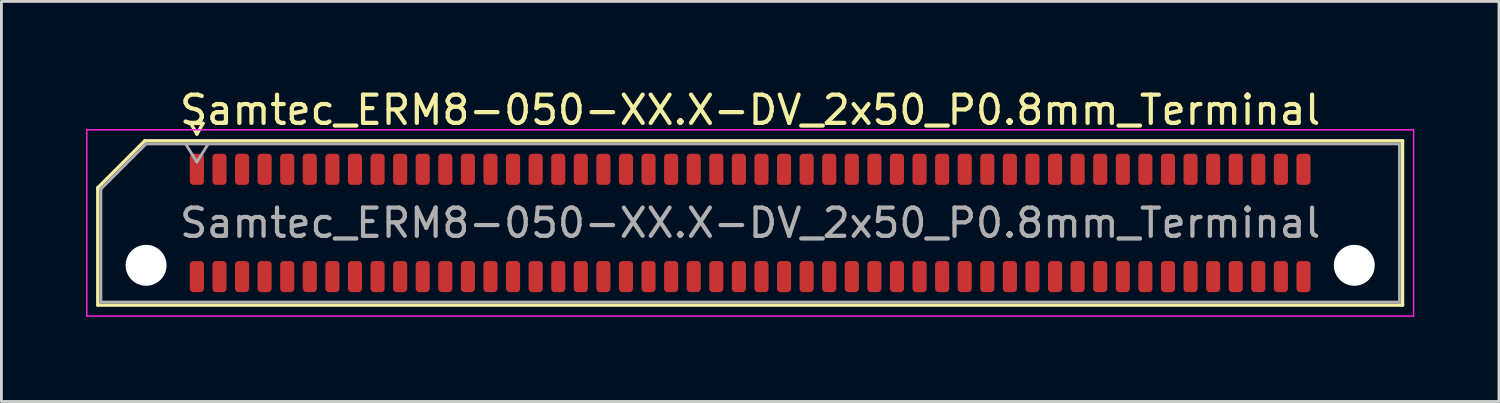
<source format=kicad_pcb>
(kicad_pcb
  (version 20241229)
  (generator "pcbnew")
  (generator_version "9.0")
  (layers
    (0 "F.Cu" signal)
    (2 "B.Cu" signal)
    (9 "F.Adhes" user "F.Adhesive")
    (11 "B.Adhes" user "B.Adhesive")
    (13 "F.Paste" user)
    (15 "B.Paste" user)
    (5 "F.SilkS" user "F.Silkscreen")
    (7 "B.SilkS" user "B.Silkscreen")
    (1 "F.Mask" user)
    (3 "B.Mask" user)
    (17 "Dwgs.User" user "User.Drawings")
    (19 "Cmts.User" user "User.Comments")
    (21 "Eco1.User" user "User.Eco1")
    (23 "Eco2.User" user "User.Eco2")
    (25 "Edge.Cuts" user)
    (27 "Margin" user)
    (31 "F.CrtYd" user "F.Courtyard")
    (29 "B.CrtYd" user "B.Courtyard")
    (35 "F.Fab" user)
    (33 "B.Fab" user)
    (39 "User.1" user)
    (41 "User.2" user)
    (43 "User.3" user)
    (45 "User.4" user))
  (footprint "Samtec_ERM8-050-XX.X-DV_2x50_P0.8mm_Terminal"
    (layer "F.Cu")
    (at 23.525 4.848)
    (property "Reference" "Samtec_ERM8-050-XX.X-DV_2x50_P0.8mm_Terminal" (at 0 -4 0) (layer "F.SilkS") (effects (font (size 1 1) (thickness 0.15))))
    (attr smd)
    (fp_line (start -23.11 -1.246) (end -21.446 -2.91) (stroke (width 0.12) (type solid)) (layer "F.SilkS"))
    (fp_line (start -23.11 2.91) (end -23.11 -1.246) (stroke (width 0.12) (type solid)) (layer "F.SilkS"))
    (fp_line (start -21.446 -2.91) (end 23.11 -2.91) (stroke (width 0.12) (type solid)) (layer "F.SilkS"))
    (fp_line (start -19.817 -3.525) (end -19.6 -3.15) (stroke (width 0.12) (type solid)) (layer "F.SilkS"))
    (fp_line (start -19.6 -3.15) (end -19.383 -3.525) (stroke (width 0.12) (type solid)) (layer "F.SilkS"))
    (fp_line (start -19.383 -3.525) (end -19.817 -3.525) (stroke (width 0.12) (type solid)) (layer "F.SilkS"))
    (fp_line (start 23.11 -2.91) (end 23.11 2.91) (stroke (width 0.12) (type solid)) (layer "F.SilkS"))
    (fp_line (start 23.11 2.91) (end -23.11 2.91) (stroke (width 0.12) (type solid)) (layer "F.SilkS"))
    (fp_line (start -23.5 -3.3) (end -23.5 3.3) (stroke (width 0.05) (type solid)) (layer "F.CrtYd"))
    (fp_line (start -23.5 3.3) (end 23.5 3.3) (stroke (width 0.05) (type solid)) (layer "F.CrtYd"))
    (fp_line (start 23.5 -3.3) (end -23.5 -3.3) (stroke (width 0.05) (type solid)) (layer "F.CrtYd"))
    (fp_line (start 23.5 3.3) (end 23.5 -3.3) (stroke (width 0.05) (type solid)) (layer "F.CrtYd"))
    (fp_line (start -23 -1.2) (end -21.4 -2.8) (stroke (width 0.1) (type solid)) (layer "F.Fab"))
    (fp_line (start -23 2.8) (end -23 -1.2) (stroke (width 0.1) (type solid)) (layer "F.Fab"))
    (fp_line (start -21.4 -2.8) (end 23 -2.8) (stroke (width 0.1) (type solid)) (layer "F.Fab"))
    (fp_line (start -20 -2.8) (end -19.6 -2.16) (stroke (width 0.1) (type solid)) (layer "F.Fab"))
    (fp_line (start -19.6 -2.16) (end -19.2 -2.8) (stroke (width 0.1) (type solid)) (layer "F.Fab"))
    (fp_line (start 23 -2.8) (end 23 2.8) (stroke (width 0.1) (type solid)) (layer "F.Fab"))
    (fp_line (start 23 2.8) (end -23 2.8) (stroke (width 0.1) (type solid)) (layer "F.Fab"))
    (fp_text user "${REFERENCE}" (at 0 0 0) (layer "F.Fab") (effects (font (size 1 1) (thickness 0.15))))
    (pad "" np_thru_hole circle (at -21.4 1.5) (size 1.45 1.45) (drill 1.45) (layers "*.Cu" "*.Mask"))
    (pad "" np_thru_hole circle (at 21.4 1.5) (size 1.45 1.45) (drill 1.45) (layers "*.Cu" "*.Mask"))
    (pad "1" smd roundrect (at -19.6 -1.9) (size 0.5 1.1) (layers "F.Cu" "F.Mask" "F.Paste") (roundrect_rratio 0.25))
    (pad "2" smd roundrect (at -19.6 1.9) (size 0.5 1.1) (layers "F.Cu" "F.Mask" "F.Paste") (roundrect_rratio 0.25))
    (pad "3" smd roundrect (at -18.8 -1.9) (size 0.5 1.1) (layers "F.Cu" "F.Mask" "F.Paste") (roundrect_rratio 0.25))
    (pad "4" smd roundrect (at -18.8 1.9) (size 0.5 1.1) (layers "F.Cu" "F.Mask" "F.Paste") (roundrect_rratio 0.25))
    (pad "5" smd roundrect (at -18 -1.9) (size 0.5 1.1) (layers "F.Cu" "F.Mask" "F.Paste") (roundrect_rratio 0.25))
    (pad "6" smd roundrect (at -18 1.9) (size 0.5 1.1) (layers "F.Cu" "F.Mask" "F.Paste") (roundrect_rratio 0.25))
    (pad "7" smd roundrect (at -17.2 -1.9) (size 0.5 1.1) (layers "F.Cu" "F.Mask" "F.Paste") (roundrect_rratio 0.25))
    (pad "8" smd roundrect (at -17.2 1.9) (size 0.5 1.1) (layers "F.Cu" "F.Mask" "F.Paste") (roundrect_rratio 0.25))
    (pad "9" smd roundrect (at -16.4 -1.9) (size 0.5 1.1) (layers "F.Cu" "F.Mask" "F.Paste") (roundrect_rratio 0.25))
    (pad "10" smd roundrect (at -16.4 1.9) (size 0.5 1.1) (layers "F.Cu" "F.Mask" "F.Paste") (roundrect_rratio 0.25))
    (pad "11" smd roundrect (at -15.6 -1.9) (size 0.5 1.1) (layers "F.Cu" "F.Mask" "F.Paste") (roundrect_rratio 0.25))
    (pad "12" smd roundrect (at -15.6 1.9) (size 0.5 1.1) (layers "F.Cu" "F.Mask" "F.Paste") (roundrect_rratio 0.25))
    (pad "13" smd roundrect (at -14.8 -1.9) (size 0.5 1.1) (layers "F.Cu" "F.Mask" "F.Paste") (roundrect_rratio 0.25))
    (pad "14" smd roundrect (at -14.8 1.9) (size 0.5 1.1) (layers "F.Cu" "F.Mask" "F.Paste") (roundrect_rratio 0.25))
    (pad "15" smd roundrect (at -14 -1.9) (size 0.5 1.1) (layers "F.Cu" "F.Mask" "F.Paste") (roundrect_rratio 0.25))
    (pad "16" smd roundrect (at -14 1.9) (size 0.5 1.1) (layers "F.Cu" "F.Mask" "F.Paste") (roundrect_rratio 0.25))
    (pad "17" smd roundrect (at -13.2 -1.9) (size 0.5 1.1) (layers "F.Cu" "F.Mask" "F.Paste") (roundrect_rratio 0.25))
    (pad "18" smd roundrect (at -13.2 1.9) (size 0.5 1.1) (layers "F.Cu" "F.Mask" "F.Paste") (roundrect_rratio 0.25))
    (pad "19" smd roundrect (at -12.4 -1.9) (size 0.5 1.1) (layers "F.Cu" "F.Mask" "F.Paste") (roundrect_rratio 0.25))
    (pad "20" smd roundrect (at -12.4 1.9) (size 0.5 1.1) (layers "F.Cu" "F.Mask" "F.Paste") (roundrect_rratio 0.25))
    (pad "21" smd roundrect (at -11.6 -1.9) (size 0.5 1.1) (layers "F.Cu" "F.Mask" "F.Paste") (roundrect_rratio 0.25))
    (pad "22" smd roundrect (at -11.6 1.9) (size 0.5 1.1) (layers "F.Cu" "F.Mask" "F.Paste") (roundrect_rratio 0.25))
    (pad "23" smd roundrect (at -10.8 -1.9) (size 0.5 1.1) (layers "F.Cu" "F.Mask" "F.Paste") (roundrect_rratio 0.25))
    (pad "24" smd roundrect (at -10.8 1.9) (size 0.5 1.1) (layers "F.Cu" "F.Mask" "F.Paste") (roundrect_rratio 0.25))
    (pad "25" smd roundrect (at -10 -1.9) (size 0.5 1.1) (layers "F.Cu" "F.Mask" "F.Paste") (roundrect_rratio 0.25))
    (pad "26" smd roundrect (at -10 1.9) (size 0.5 1.1) (layers "F.Cu" "F.Mask" "F.Paste") (roundrect_rratio 0.25))
    (pad "27" smd roundrect (at -9.2 -1.9) (size 0.5 1.1) (layers "F.Cu" "F.Mask" "F.Paste") (roundrect_rratio 0.25))
    (pad "28" smd roundrect (at -9.2 1.9) (size 0.5 1.1) (layers "F.Cu" "F.Mask" "F.Paste") (roundrect_rratio 0.25))
    (pad "29" smd roundrect (at -8.4 -1.9) (size 0.5 1.1) (layers "F.Cu" "F.Mask" "F.Paste") (roundrect_rratio 0.25))
    (pad "30" smd roundrect (at -8.4 1.9) (size 0.5 1.1) (layers "F.Cu" "F.Mask" "F.Paste") (roundrect_rratio 0.25))
    (pad "31" smd roundrect (at -7.6 -1.9) (size 0.5 1.1) (layers "F.Cu" "F.Mask" "F.Paste") (roundrect_rratio 0.25))
    (pad "32" smd roundrect (at -7.6 1.9) (size 0.5 1.1) (layers "F.Cu" "F.Mask" "F.Paste") (roundrect_rratio 0.25))
    (pad "33" smd roundrect (at -6.8 -1.9) (size 0.5 1.1) (layers "F.Cu" "F.Mask" "F.Paste") (roundrect_rratio 0.25))
    (pad "34" smd roundrect (at -6.8 1.9) (size 0.5 1.1) (layers "F.Cu" "F.Mask" "F.Paste") (roundrect_rratio 0.25))
    (pad "35" smd roundrect (at -6 -1.9) (size 0.5 1.1) (layers "F.Cu" "F.Mask" "F.Paste") (roundrect_rratio 0.25))
    (pad "36" smd roundrect (at -6 1.9) (size 0.5 1.1) (layers "F.Cu" "F.Mask" "F.Paste") (roundrect_rratio 0.25))
    (pad "37" smd roundrect (at -5.2 -1.9) (size 0.5 1.1) (layers "F.Cu" "F.Mask" "F.Paste") (roundrect_rratio 0.25))
    (pad "38" smd roundrect (at -5.2 1.9) (size 0.5 1.1) (layers "F.Cu" "F.Mask" "F.Paste") (roundrect_rratio 0.25))
    (pad "39" smd roundrect (at -4.4 -1.9) (size 0.5 1.1) (layers "F.Cu" "F.Mask" "F.Paste") (roundrect_rratio 0.25))
    (pad "40" smd roundrect (at -4.4 1.9) (size 0.5 1.1) (layers "F.Cu" "F.Mask" "F.Paste") (roundrect_rratio 0.25))
    (pad "41" smd roundrect (at -3.6 -1.9) (size 0.5 1.1) (layers "F.Cu" "F.Mask" "F.Paste") (roundrect_rratio 0.25))
    (pad "42" smd roundrect (at -3.6 1.9) (size 0.5 1.1) (layers "F.Cu" "F.Mask" "F.Paste") (roundrect_rratio 0.25))
    (pad "43" smd roundrect (at -2.8 -1.9) (size 0.5 1.1) (layers "F.Cu" "F.Mask" "F.Paste") (roundrect_rratio 0.25))
    (pad "44" smd roundrect (at -2.8 1.9) (size 0.5 1.1) (layers "F.Cu" "F.Mask" "F.Paste") (roundrect_rratio 0.25))
    (pad "45" smd roundrect (at -2 -1.9) (size 0.5 1.1) (layers "F.Cu" "F.Mask" "F.Paste") (roundrect_rratio 0.25))
    (pad "46" smd roundrect (at -2 1.9) (size 0.5 1.1) (layers "F.Cu" "F.Mask" "F.Paste") (roundrect_rratio 0.25))
    (pad "47" smd roundrect (at -1.2 -1.9) (size 0.5 1.1) (layers "F.Cu" "F.Mask" "F.Paste") (roundrect_rratio 0.25))
    (pad "48" smd roundrect (at -1.2 1.9) (size 0.5 1.1) (layers "F.Cu" "F.Mask" "F.Paste") (roundrect_rratio 0.25))
    (pad "49" smd roundrect (at -0.4 -1.9) (size 0.5 1.1) (layers "F.Cu" "F.Mask" "F.Paste") (roundrect_rratio 0.25))
    (pad "50" smd roundrect (at -0.4 1.9) (size 0.5 1.1) (layers "F.Cu" "F.Mask" "F.Paste") (roundrect_rratio 0.25))
    (pad "51" smd roundrect (at 0.4 -1.9) (size 0.5 1.1) (layers "F.Cu" "F.Mask" "F.Paste") (roundrect_rratio 0.25))
    (pad "52" smd roundrect (at 0.4 1.9) (size 0.5 1.1) (layers "F.Cu" "F.Mask" "F.Paste") (roundrect_rratio 0.25))
    (pad "53" smd roundrect (at 1.2 -1.9) (size 0.5 1.1) (layers "F.Cu" "F.Mask" "F.Paste") (roundrect_rratio 0.25))
    (pad "54" smd roundrect (at 1.2 1.9) (size 0.5 1.1) (layers "F.Cu" "F.Mask" "F.Paste") (roundrect_rratio 0.25))
    (pad "55" smd roundrect (at 2 -1.9) (size 0.5 1.1) (layers "F.Cu" "F.Mask" "F.Paste") (roundrect_rratio 0.25))
    (pad "56" smd roundrect (at 2 1.9) (size 0.5 1.1) (layers "F.Cu" "F.Mask" "F.Paste") (roundrect_rratio 0.25))
    (pad "57" smd roundrect (at 2.8 -1.9) (size 0.5 1.1) (layers "F.Cu" "F.Mask" "F.Paste") (roundrect_rratio 0.25))
    (pad "58" smd roundrect (at 2.8 1.9) (size 0.5 1.1) (layers "F.Cu" "F.Mask" "F.Paste") (roundrect_rratio 0.25))
    (pad "59" smd roundrect (at 3.6 -1.9) (size 0.5 1.1) (layers "F.Cu" "F.Mask" "F.Paste") (roundrect_rratio 0.25))
    (pad "60" smd roundrect (at 3.6 1.9) (size 0.5 1.1) (layers "F.Cu" "F.Mask" "F.Paste") (roundrect_rratio 0.25))
    (pad "61" smd roundrect (at 4.4 -1.9) (size 0.5 1.1) (layers "F.Cu" "F.Mask" "F.Paste") (roundrect_rratio 0.25))
    (pad "62" smd roundrect (at 4.4 1.9) (size 0.5 1.1) (layers "F.Cu" "F.Mask" "F.Paste") (roundrect_rratio 0.25))
    (pad "63" smd roundrect (at 5.2 -1.9) (size 0.5 1.1) (layers "F.Cu" "F.Mask" "F.Paste") (roundrect_rratio 0.25))
    (pad "64" smd roundrect (at 5.2 1.9) (size 0.5 1.1) (layers "F.Cu" "F.Mask" "F.Paste") (roundrect_rratio 0.25))
    (pad "65" smd roundrect (at 6 -1.9) (size 0.5 1.1) (layers "F.Cu" "F.Mask" "F.Paste") (roundrect_rratio 0.25))
    (pad "66" smd roundrect (at 6 1.9) (size 0.5 1.1) (layers "F.Cu" "F.Mask" "F.Paste") (roundrect_rratio 0.25))
    (pad "67" smd roundrect (at 6.8 -1.9) (size 0.5 1.1) (layers "F.Cu" "F.Mask" "F.Paste") (roundrect_rratio 0.25))
    (pad "68" smd roundrect (at 6.8 1.9) (size 0.5 1.1) (layers "F.Cu" "F.Mask" "F.Paste") (roundrect_rratio 0.25))
    (pad "69" smd roundrect (at 7.6 -1.9) (size 0.5 1.1) (layers "F.Cu" "F.Mask" "F.Paste") (roundrect_rratio 0.25))
    (pad "70" smd roundrect (at 7.6 1.9) (size 0.5 1.1) (layers "F.Cu" "F.Mask" "F.Paste") (roundrect_rratio 0.25))
    (pad "71" smd roundrect (at 8.4 -1.9) (size 0.5 1.1) (layers "F.Cu" "F.Mask" "F.Paste") (roundrect_rratio 0.25))
    (pad "72" smd roundrect (at 8.4 1.9) (size 0.5 1.1) (layers "F.Cu" "F.Mask" "F.Paste") (roundrect_rratio 0.25))
    (pad "73" smd roundrect (at 9.2 -1.9) (size 0.5 1.1) (layers "F.Cu" "F.Mask" "F.Paste") (roundrect_rratio 0.25))
    (pad "74" smd roundrect (at 9.2 1.9) (size 0.5 1.1) (layers "F.Cu" "F.Mask" "F.Paste") (roundrect_rratio 0.25))
    (pad "75" smd roundrect (at 10 -1.9) (size 0.5 1.1) (layers "F.Cu" "F.Mask" "F.Paste") (roundrect_rratio 0.25))
    (pad "76" smd roundrect (at 10 1.9) (size 0.5 1.1) (layers "F.Cu" "F.Mask" "F.Paste") (roundrect_rratio 0.25))
    (pad "77" smd roundrect (at 10.8 -1.9) (size 0.5 1.1) (layers "F.Cu" "F.Mask" "F.Paste") (roundrect_rratio 0.25))
    (pad "78" smd roundrect (at 10.8 1.9) (size 0.5 1.1) (layers "F.Cu" "F.Mask" "F.Paste") (roundrect_rratio 0.25))
    (pad "79" smd roundrect (at 11.6 -1.9) (size 0.5 1.1) (layers "F.Cu" "F.Mask" "F.Paste") (roundrect_rratio 0.25))
    (pad "80" smd roundrect (at 11.6 1.9) (size 0.5 1.1) (layers "F.Cu" "F.Mask" "F.Paste") (roundrect_rratio 0.25))
    (pad "81" smd roundrect (at 12.4 -1.9) (size 0.5 1.1) (layers "F.Cu" "F.Mask" "F.Paste") (roundrect_rratio 0.25))
    (pad "82" smd roundrect (at 12.4 1.9) (size 0.5 1.1) (layers "F.Cu" "F.Mask" "F.Paste") (roundrect_rratio 0.25))
    (pad "83" smd roundrect (at 13.2 -1.9) (size 0.5 1.1) (layers "F.Cu" "F.Mask" "F.Paste") (roundrect_rratio 0.25))
    (pad "84" smd roundrect (at 13.2 1.9) (size 0.5 1.1) (layers "F.Cu" "F.Mask" "F.Paste") (roundrect_rratio 0.25))
    (pad "85" smd roundrect (at 14 -1.9) (size 0.5 1.1) (layers "F.Cu" "F.Mask" "F.Paste") (roundrect_rratio 0.25))
    (pad "86" smd roundrect (at 14 1.9) (size 0.5 1.1) (layers "F.Cu" "F.Mask" "F.Paste") (roundrect_rratio 0.25))
    (pad "87" smd roundrect (at 14.8 -1.9) (size 0.5 1.1) (layers "F.Cu" "F.Mask" "F.Paste") (roundrect_rratio 0.25))
    (pad "88" smd roundrect (at 14.8 1.9) (size 0.5 1.1) (layers "F.Cu" "F.Mask" "F.Paste") (roundrect_rratio 0.25))
    (pad "89" smd roundrect (at 15.6 -1.9) (size 0.5 1.1) (layers "F.Cu" "F.Mask" "F.Paste") (roundrect_rratio 0.25))
    (pad "90" smd roundrect (at 15.6 1.9) (size 0.5 1.1) (layers "F.Cu" "F.Mask" "F.Paste") (roundrect_rratio 0.25))
    (pad "91" smd roundrect (at 16.4 -1.9) (size 0.5 1.1) (layers "F.Cu" "F.Mask" "F.Paste") (roundrect_rratio 0.25))
    (pad "92" smd roundrect (at 16.4 1.9) (size 0.5 1.1) (layers "F.Cu" "F.Mask" "F.Paste") (roundrect_rratio 0.25))
    (pad "93" smd roundrect (at 17.2 -1.9) (size 0.5 1.1) (layers "F.Cu" "F.Mask" "F.Paste") (roundrect_rratio 0.25))
    (pad "94" smd roundrect (at 17.2 1.9) (size 0.5 1.1) (layers "F.Cu" "F.Mask" "F.Paste") (roundrect_rratio 0.25))
    (pad "95" smd roundrect (at 18 -1.9) (size 0.5 1.1) (layers "F.Cu" "F.Mask" "F.Paste") (roundrect_rratio 0.25))
    (pad "96" smd roundrect (at 18 1.9) (size 0.5 1.1) (layers "F.Cu" "F.Mask" "F.Paste") (roundrect_rratio 0.25))
    (pad "97" smd roundrect (at 18.8 -1.9) (size 0.5 1.1) (layers "F.Cu" "F.Mask" "F.Paste") (roundrect_rratio 0.25))
    (pad "98" smd roundrect (at 18.8 1.9) (size 0.5 1.1) (layers "F.Cu" "F.Mask" "F.Paste") (roundrect_rratio 0.25))
    (pad "99" smd roundrect (at 19.6 -1.9) (size 0.5 1.1) (layers "F.Cu" "F.Mask" "F.Paste") (roundrect_rratio 0.25))
    (pad "100" smd roundrect (at 19.6 1.9) (size 0.5 1.1) (layers "F.Cu" "F.Mask" "F.Paste") (roundrect_rratio 0.25)))
  (gr_rect
    (start -3 -3)
    (end 50.05 11.173)
    (stroke (width 0.1) (type default))
    (fill no)
    (layer "Edge.Cuts")))
</source>
